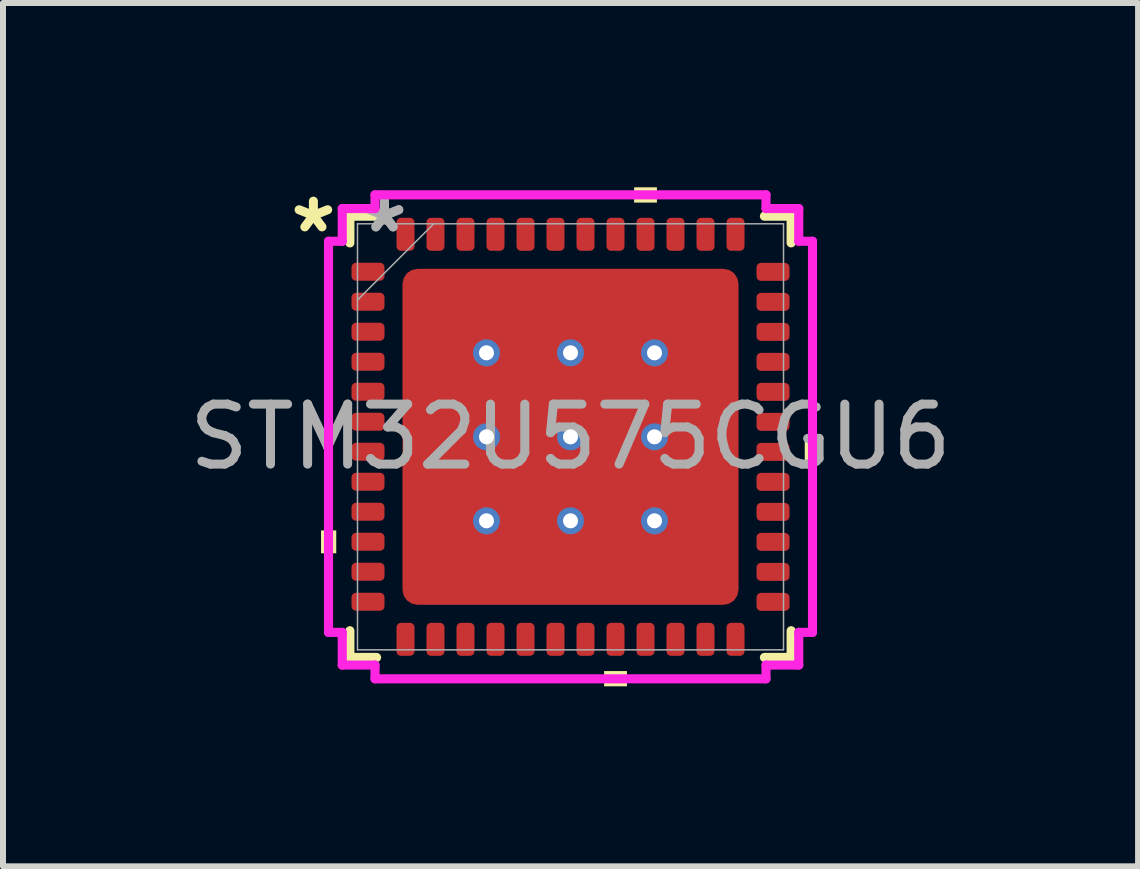
<source format=kicad_pcb>
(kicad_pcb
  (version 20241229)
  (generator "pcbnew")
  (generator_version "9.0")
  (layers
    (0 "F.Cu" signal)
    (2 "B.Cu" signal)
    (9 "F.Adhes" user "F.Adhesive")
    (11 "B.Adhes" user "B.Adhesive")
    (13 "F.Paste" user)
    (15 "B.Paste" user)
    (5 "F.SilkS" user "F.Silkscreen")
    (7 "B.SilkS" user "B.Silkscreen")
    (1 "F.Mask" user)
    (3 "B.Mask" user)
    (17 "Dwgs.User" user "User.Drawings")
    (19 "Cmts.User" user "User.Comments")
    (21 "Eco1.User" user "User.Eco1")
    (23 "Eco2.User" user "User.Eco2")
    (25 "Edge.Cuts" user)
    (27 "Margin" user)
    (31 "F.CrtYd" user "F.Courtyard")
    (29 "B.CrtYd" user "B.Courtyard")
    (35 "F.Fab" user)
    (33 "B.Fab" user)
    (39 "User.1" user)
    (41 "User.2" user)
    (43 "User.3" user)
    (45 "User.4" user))
  (footprint "STM32U575CGU6"
    (layer "F.Cu")
    (at 6.458 4.23)
    (property "Reference" "STM32U575CGU6" (at 0 0 0) (unlocked yes) (layer "User.2") (effects (font (size 1 1) (thickness 0.15))))
    (attr smd)
    (fp_line (start -3.677 -3.677) (end -3.677 -3.232) (stroke (width 0.152) (type solid)) (layer "F.SilkS"))
    (fp_line (start -3.677 3.232) (end -3.677 3.677) (stroke (width 0.152) (type solid)) (layer "F.SilkS"))
    (fp_line (start -3.677 3.677) (end -3.232 3.677) (stroke (width 0.152) (type solid)) (layer "F.SilkS"))
    (fp_line (start -3.232 -3.677) (end -3.677 -3.677) (stroke (width 0.152) (type solid)) (layer "F.SilkS"))
    (fp_line (start 3.232 3.677) (end 3.677 3.677) (stroke (width 0.152) (type solid)) (layer "F.SilkS"))
    (fp_line (start 3.677 -3.677) (end 3.232 -3.677) (stroke (width 0.152) (type solid)) (layer "F.SilkS"))
    (fp_line (start 3.677 -3.232) (end 3.677 -3.677) (stroke (width 0.152) (type solid)) (layer "F.SilkS"))
    (fp_line (start 3.677 3.677) (end 3.677 3.232) (stroke (width 0.152) (type solid)) (layer "F.SilkS"))
    (fp_poly (pts (xy -4.158 1.56) (xy -4.158 1.941) (xy -3.904 1.941) (xy -3.904 1.56)) (stroke (width 0) (type solid)) (fill yes) (layer "F.SilkS"))
    (fp_poly (pts (xy 0.56 3.904) (xy 0.56 4.158) (xy 0.941 4.158) (xy 0.941 3.904)) (stroke (width 0) (type solid)) (fill yes) (layer "F.SilkS"))
    (fp_poly (pts (xy 1.06 -3.904) (xy 1.06 -4.158) (xy 1.44 -4.158) (xy 1.44 -3.904)) (stroke (width 0) (type solid)) (fill yes) (layer "F.SilkS"))
    (fp_poly (pts (xy 4.158 0.06) (xy 4.158 0.441) (xy 3.904 0.441) (xy 3.904 0.06)) (stroke (width 0) (type solid)) (fill yes) (layer "F.SilkS"))
    (fp_poly (pts (arc (start -1.75 -1.5) (mid -1.573223 -1.573223) (end -1.5 -1.75)) (arc (start -1.5 -2.45) (mid -1.573223 -2.626777) (end -1.75 -2.7)) (arc (start -2.45 -2.7) (mid -2.626777 -2.626777) (end -2.7 -2.45)) (arc (start -2.7 -1.75) (mid -2.626777 -1.573223) (end -2.45 -1.5))) (stroke (width 0) (type solid)) (fill yes) (layer "F.Paste"))
    (fp_poly (pts (arc (start -1.75 -0.1) (mid -1.573223 -0.173223) (end -1.5 -0.35)) (arc (start -1.5 -1.05) (mid -1.573223 -1.226777) (end -1.75 -1.3)) (arc (start -2.45 -1.3) (mid -2.626777 -1.226777) (end -2.7 -1.05)) (arc (start -2.7 -0.35) (mid -2.626777 -0.173223) (end -2.45 -0.1))) (stroke (width 0) (type solid)) (fill yes) (layer "F.Paste"))
    (fp_poly (pts (arc (start -1.75 1.3) (mid -1.573223 1.226777) (end -1.5 1.05)) (arc (start -1.5 0.35) (mid -1.573223 0.173223) (end -1.75 0.1)) (arc (start -2.45 0.1) (mid -2.626777 0.173223) (end -2.7 0.35)) (arc (start -2.7 1.05) (mid -2.626777 1.226777) (end -2.45 1.3))) (stroke (width 0) (type solid)) (fill yes) (layer "F.Paste"))
    (fp_poly (pts (arc (start -1.75 2.7) (mid -1.573223 2.626777) (end -1.5 2.45)) (arc (start -1.5 1.75) (mid -1.573223 1.573223) (end -1.75 1.5)) (arc (start -2.45 1.5) (mid -2.626777 1.573223) (end -2.7 1.75)) (arc (start -2.7 2.45) (mid -2.626777 2.626777) (end -2.45 2.7))) (stroke (width 0) (type solid)) (fill yes) (layer "F.Paste"))
    (fp_poly (pts (arc (start -0.35 -1.5) (mid -0.173223 -1.573223) (end -0.1 -1.75)) (arc (start -0.1 -2.45) (mid -0.173223 -2.626777) (end -0.35 -2.7)) (arc (start -1.05 -2.7) (mid -1.226777 -2.626777) (end -1.3 -2.45)) (arc (start -1.3 -1.75) (mid -1.226777 -1.573223) (end -1.05 -1.5))) (stroke (width 0) (type solid)) (fill yes) (layer "F.Paste"))
    (fp_poly (pts (arc (start -0.35 -0.1) (mid -0.173223 -0.173223) (end -0.1 -0.35)) (arc (start -0.1 -1.05) (mid -0.173223 -1.226777) (end -0.35 -1.3)) (arc (start -1.05 -1.3) (mid -1.226777 -1.226777) (end -1.3 -1.05)) (arc (start -1.3 -0.35) (mid -1.226777 -0.173223) (end -1.05 -0.1))) (stroke (width 0) (type solid)) (fill yes) (layer "F.Paste"))
    (fp_poly (pts (arc (start -0.35 1.3) (mid -0.173223 1.226777) (end -0.1 1.05)) (arc (start -0.1 0.35) (mid -0.173223 0.173223) (end -0.35 0.1)) (arc (start -1.05 0.1) (mid -1.226777 0.173223) (end -1.3 0.35)) (arc (start -1.3 1.05) (mid -1.226777 1.226777) (end -1.05 1.3))) (stroke (width 0) (type solid)) (fill yes) (layer "F.Paste"))
    (fp_poly (pts (arc (start -0.35 2.7) (mid -0.173223 2.626777) (end -0.1 2.45)) (arc (start -0.1 1.75) (mid -0.173223 1.573223) (end -0.35 1.5)) (arc (start -1.05 1.5) (mid -1.226777 1.573223) (end -1.3 1.75)) (arc (start -1.3 2.45) (mid -1.226777 2.626777) (end -1.05 2.7))) (stroke (width 0) (type solid)) (fill yes) (layer "F.Paste"))
    (fp_poly (pts (arc (start 1.05 -1.5) (mid 1.226777 -1.573223) (end 1.3 -1.75)) (arc (start 1.3 -2.45) (mid 1.226777 -2.626777) (end 1.05 -2.7)) (arc (start 0.35 -2.7) (mid 0.173223 -2.626777) (end 0.1 -2.45)) (arc (start 0.1 -1.75) (mid 0.173223 -1.573223) (end 0.35 -1.5))) (stroke (width 0) (type solid)) (fill yes) (layer "F.Paste"))
    (fp_poly (pts (arc (start 1.05 -0.1) (mid 1.226777 -0.173223) (end 1.3 -0.35)) (arc (start 1.3 -1.05) (mid 1.226777 -1.226777) (end 1.05 -1.3)) (arc (start 0.35 -1.3) (mid 0.173223 -1.226777) (end 0.1 -1.05)) (arc (start 0.1 -0.35) (mid 0.173223 -0.173223) (end 0.35 -0.1))) (stroke (width 0) (type solid)) (fill yes) (layer "F.Paste"))
    (fp_poly (pts (arc (start 1.05 1.3) (mid 1.226777 1.226777) (end 1.3 1.05)) (arc (start 1.3 0.35) (mid 1.226777 0.173223) (end 1.05 0.1)) (arc (start 0.35 0.1) (mid 0.173223 0.173223) (end 0.1 0.35)) (arc (start 0.1 1.05) (mid 0.173223 1.226777) (end 0.35 1.3))) (stroke (width 0) (type solid)) (fill yes) (layer "F.Paste"))
    (fp_poly (pts (arc (start 1.05 2.7) (mid 1.226777 2.626777) (end 1.3 2.45)) (arc (start 1.3 1.75) (mid 1.226777 1.573223) (end 1.05 1.5)) (arc (start 0.35 1.5) (mid 0.173223 1.573223) (end 0.1 1.75)) (arc (start 0.1 2.45) (mid 0.173223 2.626777) (end 0.35 2.7))) (stroke (width 0) (type solid)) (fill yes) (layer "F.Paste"))
    (fp_poly (pts (arc (start 2.45 -1.5) (mid 2.626777 -1.573223) (end 2.7 -1.75)) (arc (start 2.7 -2.45) (mid 2.626777 -2.626777) (end 2.45 -2.7)) (arc (start 1.75 -2.7) (mid 1.573223 -2.626777) (end 1.5 -2.45)) (arc (start 1.5 -1.75) (mid 1.573223 -1.573223) (end 1.75 -1.5))) (stroke (width 0) (type solid)) (fill yes) (layer "F.Paste"))
    (fp_poly (pts (arc (start 2.45 -0.1) (mid 2.626777 -0.173223) (end 2.7 -0.35)) (arc (start 2.7 -1.05) (mid 2.626777 -1.226777) (end 2.45 -1.3)) (arc (start 1.75 -1.3) (mid 1.573223 -1.226777) (end 1.5 -1.05)) (arc (start 1.5 -0.35) (mid 1.573223 -0.173223) (end 1.75 -0.1))) (stroke (width 0) (type solid)) (fill yes) (layer "F.Paste"))
    (fp_poly (pts (arc (start 2.45 1.3) (mid 2.626777 1.226777) (end 2.7 1.05)) (arc (start 2.7 0.35) (mid 2.626777 0.173223) (end 2.45 0.1)) (arc (start 1.75 0.1) (mid 1.573223 0.173223) (end 1.5 0.35)) (arc (start 1.5 1.05) (mid 1.573223 1.226777) (end 1.75 1.3))) (stroke (width 0) (type solid)) (fill yes) (layer "F.Paste"))
    (fp_poly (pts (arc (start 2.45 2.7) (mid 2.626777 2.626777) (end 2.7 2.45)) (arc (start 2.7 1.75) (mid 2.626777 1.573223) (end 2.45 1.5)) (arc (start 1.75 1.5) (mid 1.573223 1.573223) (end 1.5 1.75)) (arc (start 1.5 2.45) (mid 1.573223 2.626777) (end 1.75 2.7))) (stroke (width 0) (type solid)) (fill yes) (layer "F.Paste"))
    (fp_line (start -4.033 -3.259) (end -3.804 -3.259) (stroke (width 0.152) (type solid)) (layer "F.CrtYd"))
    (fp_line (start -4.033 3.259) (end -4.033 -3.259) (stroke (width 0.152) (type solid)) (layer "F.CrtYd"))
    (fp_line (start -3.804 -3.804) (end -3.258 -3.804) (stroke (width 0.152) (type solid)) (layer "F.CrtYd"))
    (fp_line (start -3.804 -3.259) (end -3.804 -3.804) (stroke (width 0.152) (type solid)) (layer "F.CrtYd"))
    (fp_line (start -3.804 3.259) (end -4.033 3.259) (stroke (width 0.152) (type solid)) (layer "F.CrtYd"))
    (fp_line (start -3.804 3.804) (end -3.804 3.259) (stroke (width 0.152) (type solid)) (layer "F.CrtYd"))
    (fp_line (start -3.258 -4.033) (end 3.258 -4.033) (stroke (width 0.152) (type solid)) (layer "F.CrtYd"))
    (fp_line (start -3.258 -3.804) (end -3.258 -4.033) (stroke (width 0.152) (type solid)) (layer "F.CrtYd"))
    (fp_line (start -3.258 3.804) (end -3.804 3.804) (stroke (width 0.152) (type solid)) (layer "F.CrtYd"))
    (fp_line (start -3.258 4.033) (end -3.258 3.804) (stroke (width 0.152) (type solid)) (layer "F.CrtYd"))
    (fp_line (start 3.258 -4.033) (end 3.258 -3.804) (stroke (width 0.152) (type solid)) (layer "F.CrtYd"))
    (fp_line (start 3.258 -3.804) (end 3.804 -3.804) (stroke (width 0.152) (type solid)) (layer "F.CrtYd"))
    (fp_line (start 3.258 3.804) (end 3.258 4.033) (stroke (width 0.152) (type solid)) (layer "F.CrtYd"))
    (fp_line (start 3.258 4.033) (end -3.258 4.033) (stroke (width 0.152) (type solid)) (layer "F.CrtYd"))
    (fp_line (start 3.804 -3.804) (end 3.804 -3.259) (stroke (width 0.152) (type solid)) (layer "F.CrtYd"))
    (fp_line (start 3.804 -3.259) (end 4.033 -3.259) (stroke (width 0.152) (type solid)) (layer "F.CrtYd"))
    (fp_line (start 3.804 3.259) (end 3.804 3.804) (stroke (width 0.152) (type solid)) (layer "F.CrtYd"))
    (fp_line (start 3.804 3.804) (end 3.258 3.804) (stroke (width 0.152) (type solid)) (layer "F.CrtYd"))
    (fp_line (start 4.033 -3.259) (end 4.033 3.259) (stroke (width 0.152) (type solid)) (layer "F.CrtYd"))
    (fp_line (start 4.033 3.259) (end 3.804 3.259) (stroke (width 0.152) (type solid)) (layer "F.CrtYd"))
    (fp_line (start -3.55 -3.55) (end -3.55 3.55) (stroke (width 0.025) (type solid)) (layer "F.Fab"))
    (fp_line (start -3.55 -2.28) (end -2.28 -3.55) (stroke (width 0.025) (type solid)) (layer "F.Fab"))
    (fp_line (start -3.55 3.55) (end 3.55 3.55) (stroke (width 0.025) (type solid)) (layer "F.Fab"))
    (fp_line (start 3.55 -3.55) (end -3.55 -3.55) (stroke (width 0.025) (type solid)) (layer "F.Fab"))
    (fp_line (start 3.55 3.55) (end 3.55 -3.55) (stroke (width 0.025) (type solid)) (layer "F.Fab"))
    (fp_text user "*" (at -4.285 -3.382 0) (unlocked yes) (layer "F.SilkS") (effects (font (size 1 1) (thickness 0.15))))
    (fp_text user "${REFERENCE}" (at 0 0 0) (unlocked yes) (layer "F.Fab") (effects (font (size 1 1) (thickness 0.15))))
    (fp_text user "*" (at -3.1 -3.382 0) (unlocked yes) (layer "F.Fab") (effects (font (size 1 1) (thickness 0.15))))
    (fp_text user "*" (at -3.1 -3.382 0) (layer "F.Fab") (effects (font (size 1 1) (thickness 0.15))))
    (pad "1" smd roundrect (at -3.375 -2.751 90) (size 0.3 0.55) (layers "F.Cu" "F.Mask" "F.Paste") (roundrect_rratio 0.25))
    (pad "2" smd roundrect (at -3.375 -2.251 90) (size 0.3 0.55) (layers "F.Cu" "F.Mask" "F.Paste") (roundrect_rratio 0.25))
    (pad "3" smd roundrect (at -3.375 -1.751 90) (size 0.3 0.55) (layers "F.Cu" "F.Mask" "F.Paste") (roundrect_rratio 0.25))
    (pad "4" smd roundrect (at -3.375 -1.251 90) (size 0.3 0.55) (layers "F.Cu" "F.Mask" "F.Paste") (roundrect_rratio 0.25))
    (pad "5" smd roundrect (at -3.375 -0.751 90) (size 0.3 0.55) (layers "F.Cu" "F.Mask" "F.Paste") (roundrect_rratio 0.25))
    (pad "6" smd roundrect (at -3.375 -0.251 90) (size 0.3 0.55) (layers "F.Cu" "F.Mask" "F.Paste") (roundrect_rratio 0.25))
    (pad "7" smd roundrect (at -3.375 0.249 90) (size 0.3 0.55) (layers "F.Cu" "F.Mask" "F.Paste") (roundrect_rratio 0.25))
    (pad "8" smd roundrect (at -3.375 0.749 90) (size 0.3 0.55) (layers "F.Cu" "F.Mask" "F.Paste") (roundrect_rratio 0.25))
    (pad "9" smd roundrect (at -3.375 1.249 90) (size 0.3 0.55) (layers "F.Cu" "F.Mask" "F.Paste") (roundrect_rratio 0.25))
    (pad "10" smd roundrect (at -3.375 1.749 90) (size 0.3 0.55) (layers "F.Cu" "F.Mask" "F.Paste") (roundrect_rratio 0.25))
    (pad "11" smd roundrect (at -3.375 2.249 90) (size 0.3 0.55) (layers "F.Cu" "F.Mask" "F.Paste") (roundrect_rratio 0.25))
    (pad "12" smd roundrect (at -3.375 2.749 90) (size 0.3 0.55) (layers "F.Cu" "F.Mask" "F.Paste") (roundrect_rratio 0.25))
    (pad "13" smd roundrect (at -2.75 3.375) (size 0.3 0.55) (layers "F.Cu" "F.Mask" "F.Paste") (roundrect_rratio 0.25))
    (pad "14" smd roundrect (at -2.25 3.375) (size 0.3 0.55) (layers "F.Cu" "F.Mask" "F.Paste") (roundrect_rratio 0.25))
    (pad "15" smd roundrect (at -1.75 3.375) (size 0.3 0.55) (layers "F.Cu" "F.Mask" "F.Paste") (roundrect_rratio 0.25))
    (pad "16" smd roundrect (at -1.25 3.375) (size 0.3 0.55) (layers "F.Cu" "F.Mask" "F.Paste") (roundrect_rratio 0.25))
    (pad "17" smd roundrect (at -0.75 3.375) (size 0.3 0.55) (layers "F.Cu" "F.Mask" "F.Paste") (roundrect_rratio 0.25))
    (pad "18" smd roundrect (at -0.25 3.375) (size 0.3 0.55) (layers "F.Cu" "F.Mask" "F.Paste") (roundrect_rratio 0.25))
    (pad "19" smd roundrect (at 0.25 3.375) (size 0.3 0.55) (layers "F.Cu" "F.Mask" "F.Paste") (roundrect_rratio 0.25))
    (pad "20" smd roundrect (at 0.75 3.375) (size 0.3 0.55) (layers "F.Cu" "F.Mask" "F.Paste") (roundrect_rratio 0.25))
    (pad "21" smd roundrect (at 1.25 3.375) (size 0.3 0.55) (layers "F.Cu" "F.Mask" "F.Paste") (roundrect_rratio 0.25))
    (pad "22" smd roundrect (at 1.75 3.375) (size 0.3 0.55) (layers "F.Cu" "F.Mask" "F.Paste") (roundrect_rratio 0.25))
    (pad "23" smd roundrect (at 2.25 3.375) (size 0.3 0.55) (layers "F.Cu" "F.Mask" "F.Paste") (roundrect_rratio 0.25))
    (pad "24" smd roundrect (at 2.75 3.375) (size 0.3 0.55) (layers "F.Cu" "F.Mask" "F.Paste") (roundrect_rratio 0.25))
    (pad "25" smd roundrect (at 3.375 2.751 90) (size 0.3 0.55) (layers "F.Cu" "F.Mask" "F.Paste") (roundrect_rratio 0.25))
    (pad "26" smd roundrect (at 3.375 2.251 90) (size 0.3 0.55) (layers "F.Cu" "F.Mask" "F.Paste") (roundrect_rratio 0.25))
    (pad "27" smd roundrect (at 3.375 1.751 90) (size 0.3 0.55) (layers "F.Cu" "F.Mask" "F.Paste") (roundrect_rratio 0.25))
    (pad "28" smd roundrect (at 3.375 1.251 90) (size 0.3 0.55) (layers "F.Cu" "F.Mask" "F.Paste") (roundrect_rratio 0.25))
    (pad "29" smd roundrect (at 3.375 0.751 90) (size 0.3 0.55) (layers "F.Cu" "F.Mask" "F.Paste") (roundrect_rratio 0.25))
    (pad "30" smd roundrect (at 3.375 0.251 90) (size 0.3 0.55) (layers "F.Cu" "F.Mask" "F.Paste") (roundrect_rratio 0.25))
    (pad "31" smd roundrect (at 3.375 -0.249 90) (size 0.3 0.55) (layers "F.Cu" "F.Mask" "F.Paste") (roundrect_rratio 0.25))
    (pad "32" smd roundrect (at 3.375 -0.749 90) (size 0.3 0.55) (layers "F.Cu" "F.Mask" "F.Paste") (roundrect_rratio 0.25))
    (pad "33" smd roundrect (at 3.375 -1.249 90) (size 0.3 0.55) (layers "F.Cu" "F.Mask" "F.Paste") (roundrect_rratio 0.25))
    (pad "34" smd roundrect (at 3.375 -1.749 90) (size 0.3 0.55) (layers "F.Cu" "F.Mask" "F.Paste") (roundrect_rratio 0.25))
    (pad "35" smd roundrect (at 3.375 -2.249 90) (size 0.3 0.55) (layers "F.Cu" "F.Mask" "F.Paste") (roundrect_rratio 0.25))
    (pad "36" smd roundrect (at 3.375 -2.749 90) (size 0.3 0.55) (layers "F.Cu" "F.Mask" "F.Paste") (roundrect_rratio 0.25))
    (pad "37" smd roundrect (at 2.75 -3.375) (size 0.3 0.55) (layers "F.Cu" "F.Mask" "F.Paste") (roundrect_rratio 0.25))
    (pad "38" smd roundrect (at 2.25 -3.375) (size 0.3 0.55) (layers "F.Cu" "F.Mask" "F.Paste") (roundrect_rratio 0.25))
    (pad "39" smd roundrect (at 1.75 -3.375) (size 0.3 0.55) (layers "F.Cu" "F.Mask" "F.Paste") (roundrect_rratio 0.25))
    (pad "40" smd roundrect (at 1.25 -3.375) (size 0.3 0.55) (layers "F.Cu" "F.Mask" "F.Paste") (roundrect_rratio 0.25))
    (pad "41" smd roundrect (at 0.75 -3.375) (size 0.3 0.55) (layers "F.Cu" "F.Mask" "F.Paste") (roundrect_rratio 0.25))
    (pad "42" smd roundrect (at 0.25 -3.375) (size 0.3 0.55) (layers "F.Cu" "F.Mask" "F.Paste") (roundrect_rratio 0.25))
    (pad "43" smd roundrect (at -0.25 -3.375) (size 0.3 0.55) (layers "F.Cu" "F.Mask" "F.Paste") (roundrect_rratio 0.25))
    (pad "44" smd roundrect (at -0.75 -3.375) (size 0.3 0.55) (layers "F.Cu" "F.Mask" "F.Paste") (roundrect_rratio 0.25))
    (pad "45" smd roundrect (at -1.25 -3.375) (size 0.3 0.55) (layers "F.Cu" "F.Mask" "F.Paste") (roundrect_rratio 0.25))
    (pad "46" smd roundrect (at -1.75 -3.375) (size 0.3 0.55) (layers "F.Cu" "F.Mask" "F.Paste") (roundrect_rratio 0.25))
    (pad "47" smd roundrect (at -2.25 -3.375) (size 0.3 0.55) (layers "F.Cu" "F.Mask" "F.Paste") (roundrect_rratio 0.25))
    (pad "48" smd roundrect (at -2.75 -3.375) (size 0.3 0.55) (layers "F.Cu" "F.Mask" "F.Paste") (roundrect_rratio 0.25))
    (pad "49" thru_hole circle (at -1.4 -1.4) (size 0.45 0.45) (drill 0.25) (layers "*.Cu" "*.Mask"))
    (pad "49" thru_hole circle (at -1.4 0) (size 0.45 0.45) (drill 0.25) (layers "*.Cu" "*.Mask"))
    (pad "49" thru_hole circle (at -1.4 1.4) (size 0.45 0.45) (drill 0.25) (layers "*.Cu" "*.Mask"))
    (pad "49" thru_hole circle (at 0 -1.4) (size 0.45 0.45) (drill 0.25) (layers "*.Cu" "*.Mask"))
    (pad "49" thru_hole circle (at 0 0) (size 0.45 0.45) (drill 0.25) (layers "*.Cu" "*.Mask"))
    (pad "49" smd roundrect (at 0 0) (size 5.6 5.6) (layers "F.Cu" "F.Mask") (roundrect_rratio 0.045))
    (pad "49" thru_hole circle (at 0 1.4) (size 0.45 0.45) (drill 0.25) (layers "*.Cu" "*.Mask"))
    (pad "49" thru_hole circle (at 1.4 -1.4) (size 0.45 0.45) (drill 0.25) (layers "*.Cu" "*.Mask"))
    (pad "49" thru_hole circle (at 1.4 0) (size 0.45 0.45) (drill 0.25) (layers "*.Cu" "*.Mask"))
    (pad "49" thru_hole circle (at 1.4 1.4) (size 0.45 0.45) (drill 0.25) (layers "*.Cu" "*.Mask")))
  (gr_rect
    (start -3 -3)
    (end 15.917 11.388)
    (stroke (width 0.1) (type default))
    (fill no)
    (layer "Edge.Cuts")))
</source>
